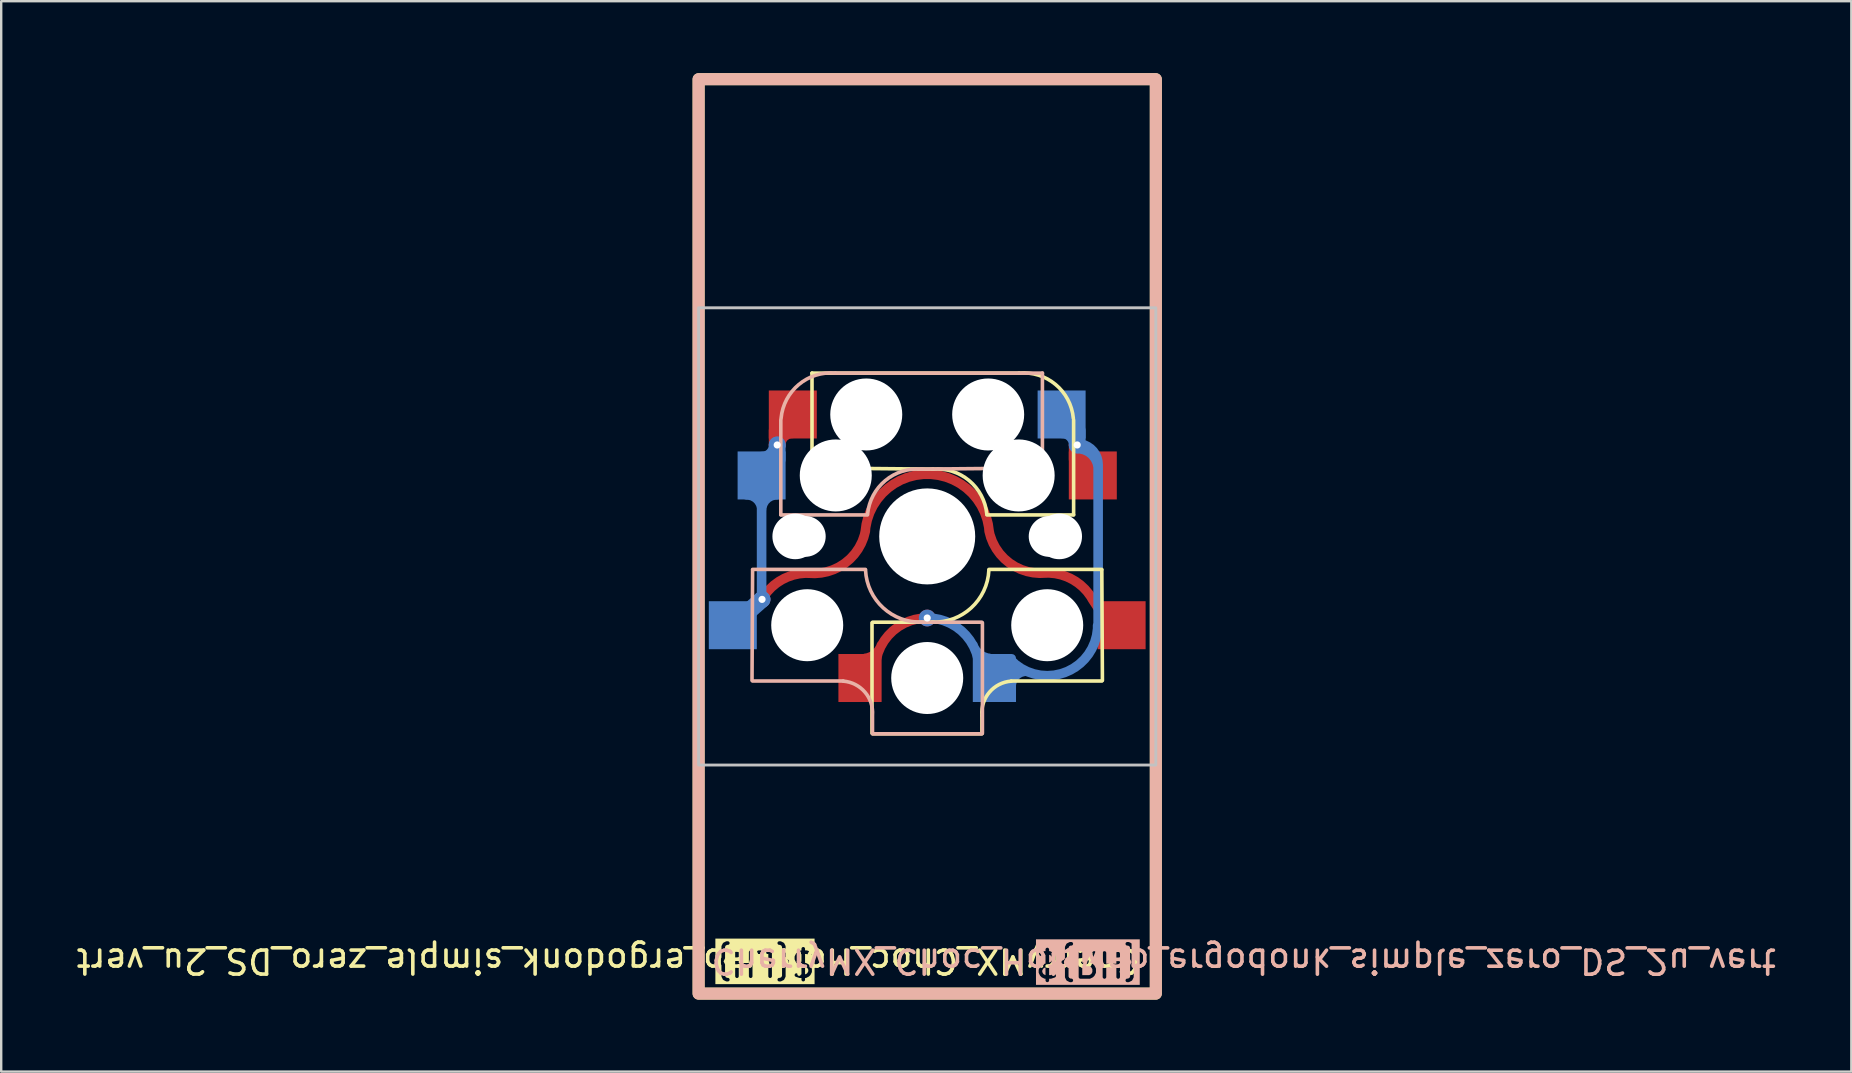
<source format=kicad_pcb>
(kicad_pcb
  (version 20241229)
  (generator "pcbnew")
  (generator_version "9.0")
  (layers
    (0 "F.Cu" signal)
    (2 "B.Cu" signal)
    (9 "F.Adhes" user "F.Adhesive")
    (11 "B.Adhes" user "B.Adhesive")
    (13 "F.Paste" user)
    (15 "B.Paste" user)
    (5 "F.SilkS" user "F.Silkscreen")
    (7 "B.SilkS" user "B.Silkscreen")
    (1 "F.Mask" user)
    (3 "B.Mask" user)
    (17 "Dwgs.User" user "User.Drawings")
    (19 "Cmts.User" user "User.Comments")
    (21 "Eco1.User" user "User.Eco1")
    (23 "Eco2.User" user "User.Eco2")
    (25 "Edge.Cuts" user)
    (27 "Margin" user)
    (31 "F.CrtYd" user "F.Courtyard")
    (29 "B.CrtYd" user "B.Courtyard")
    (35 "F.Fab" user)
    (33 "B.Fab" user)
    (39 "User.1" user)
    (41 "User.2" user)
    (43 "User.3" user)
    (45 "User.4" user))
  (footprint "CherryMX_Choc_Hotswap_ergodonk_simple_zero_DS_2u_vert"
    (layer "F.Cu")
    (at 35.583 19.3)
    (property "Reference" "CherryMX_Choc_Hotswap_ergodonk_simple_zero_DS_2u_vert" (at 9 17.69 180) (unlocked yes) (layer "F.SilkS") (effects (font (size 1 1) (thickness 0.15)) (justify left)))
    (attr smd)
    (fp_line (start -4.8 -6.804) (end 3.825 -6.804) (stroke (width 0.15) (type solid)) (layer "F.SilkS"))
    (fp_line (start -4.8 -2.896) (end -4.8 -6.804) (stroke (width 0.15) (type solid)) (layer "F.SilkS"))
    (fp_line (start -4.8 -2.85) (end 0.25 -2.804) (stroke (width 0.15) (type solid)) (layer "F.SilkS"))
    (fp_line (start -2.3 3.6) (end -2.3 8.2) (stroke (width 0.15) (type solid)) (layer "F.SilkS"))
    (fp_line (start -2.275 3.575) (end 0.275 3.575) (stroke (width 0.15) (type solid)) (layer "F.SilkS"))
    (fp_line (start -2.275 8.225) (end 2.275 8.225) (stroke (width 0.15) (type solid)) (layer "F.SilkS"))
    (fp_line (start 2.28 7.5) (end 2.28 8.2) (stroke (width 0.15) (type solid)) (layer "F.SilkS"))
    (fp_line (start 2.575 1.375) (end 7.275 1.375) (stroke (width 0.15) (type solid)) (layer "F.SilkS"))
    (fp_line (start 3.5 6.025) (end 7.275 6.025) (stroke (width 0.15) (type solid)) (layer "F.SilkS"))
    (fp_line (start 6.1 -4.85) (end 6.1 -0.905) (stroke (width 0.15) (type solid)) (layer "F.SilkS"))
    (fp_line (start 6.1 -0.896) (end 2.49 -0.896) (stroke (width 0.15) (type solid)) (layer "F.SilkS"))
    (fp_line (start 7.275 1.4) (end 7.3 6) (stroke (width 0.15) (type solid)) (layer "F.SilkS"))
    (fp_rect (start 9.525 -19.05) (end -9.525 19.05) (stroke (width 0.5) (type default)) (fill no) (layer "F.SilkS"))
    (fp_arc (start 0.225 -2.8) (mid 1.744361 -2.328061) (end 2.485 -0.92) (stroke (width 0.15) (type solid)) (layer "F.SilkS"))
    (fp_arc (start 2.28 7.45) (mid 2.595908 6.48733) (end 3.5 6.03) (stroke (width 0.15) (type solid)) (layer "F.SilkS"))
    (fp_arc (start 2.57 1.4) (mid 1.834422 2.975843) (end 0.2 3.57) (stroke (width 0.15) (type solid)) (layer "F.SilkS"))
    (fp_arc (start 3.825 -6.804) (mid 5.347189 -6.33089) (end 6.089 -4.92) (stroke (width 0.15) (type solid)) (layer "F.SilkS"))
    (fp_line (start -7.275 1.4) (end -7.3 6) (stroke (width 0.15) (type solid)) (layer "B.SilkS"))
    (fp_line (start -6.1 -4.85) (end -6.1 -0.905) (stroke (width 0.15) (type solid)) (layer "B.SilkS"))
    (fp_line (start -6.1 -0.896) (end -2.49 -0.896) (stroke (width 0.15) (type solid)) (layer "B.SilkS"))
    (fp_line (start -3.5 6.025) (end -7.275 6.025) (stroke (width 0.15) (type solid)) (layer "B.SilkS"))
    (fp_line (start -2.575 1.375) (end -7.275 1.375) (stroke (width 0.15) (type solid)) (layer "B.SilkS"))
    (fp_line (start -2.28 7.5) (end -2.28 8.2) (stroke (width 0.15) (type solid)) (layer "B.SilkS"))
    (fp_line (start 2.275 3.575) (end -0.275 3.575) (stroke (width 0.15) (type solid)) (layer "B.SilkS"))
    (fp_line (start 2.275 8.225) (end -2.275 8.225) (stroke (width 0.15) (type solid)) (layer "B.SilkS"))
    (fp_line (start 2.3 3.6) (end 2.3 8.2) (stroke (width 0.15) (type solid)) (layer "B.SilkS"))
    (fp_line (start 4.8 -6.804) (end -3.825 -6.804) (stroke (width 0.15) (type solid)) (layer "B.SilkS"))
    (fp_line (start 4.8 -2.896) (end 4.8 -6.804) (stroke (width 0.15) (type solid)) (layer "B.SilkS"))
    (fp_line (start 4.8 -2.85) (end -0.25 -2.804) (stroke (width 0.15) (type solid)) (layer "B.SilkS"))
    (fp_rect (start 9.525 -19.05) (end -9.525 19.05) (stroke (width 0.5) (type default)) (fill no) (layer "B.SilkS"))
    (fp_arc (start -6.089 -4.92) (mid -5.347189 -6.33089) (end -3.825 -6.804) (stroke (width 0.15) (type solid)) (layer "B.SilkS"))
    (fp_arc (start -3.5 6.03) (mid -2.595908 6.48733) (end -2.28 7.45) (stroke (width 0.15) (type solid)) (layer "B.SilkS"))
    (fp_arc (start -2.485 -0.92) (mid -1.744361 -2.328061) (end -0.225 -2.8) (stroke (width 0.15) (type solid)) (layer "B.SilkS"))
    (fp_arc (start -0.2 3.57) (mid -1.834422 2.975843) (end -2.57 1.4) (stroke (width 0.15) (type solid)) (layer "B.SilkS"))
    (fp_rect (start 9.525 -9.525) (end -9.525 9.525) (stroke (width 0.12) (type default)) (fill no) (layer "Dwgs.User"))
    (fp_line (start -9 -9) (end 9 -9) (stroke (width 0.15) (type solid)) (layer "Eco2.User"))
    (fp_line (start -9 9) (end -9 -9) (stroke (width 0.15) (type solid)) (layer "Eco2.User"))
    (fp_line (start 9 -9) (end 9 9) (stroke (width 0.15) (type solid)) (layer "Eco2.User"))
    (fp_line (start 9 9) (end -9 9) (stroke (width 0.15) (type solid)) (layer "Eco2.User"))
    (fp_rect (start 7 7) (end -7 -7) (stroke (width 0.12) (type default)) (fill no) (layer "User.4"))
    (fp_text user "${LH}" (at -8.93 17.78 180) (unlocked yes) (layer "F.SilkS" knockout) (effects (font (size 1 1) (thickness 0.15)) (justify right)))
    (fp_text user "${RH}" (at 8.96 17.81 180) (unlocked yes) (layer "B.SilkS" knockout) (effects (font (size 1 1) (thickness 0.15)) (justify right mirror)))
    (fp_text user "${REFERENCE}" (at -9.08 17.11 180) (unlocked yes) (layer "B.SilkS") (effects (font (size 1 1) (thickness 0.15)) (justify left bottom mirror)))
    (pad "" np_thru_hole circle (at -5.5 0 90) (size 1.9 1.9) (drill 1.9) (layers "*.Cu" "*.Mask"))
    (pad "" np_thru_hole circle (at -5.08 0) (size 1.7 1.7) (drill 1.7) (layers "*.Cu" "*.Mask"))
    (pad "" np_thru_hole circle (at -5 3.7 90) (size 3 3) (drill 3) (layers "*.Cu" "*.Mask"))
    (pad "" np_thru_hole circle (at -3.81 -2.54 180) (size 3 3) (drill 3) (layers "*.Cu" "*.Mask"))
    (pad "" np_thru_hole circle (at -2.54 -5.08 180) (size 3 3) (drill 3) (layers "*.Cu" "*.Mask"))
    (pad "" np_thru_hole circle (at 0 0 90) (size 4 4) (drill 4) (layers "*.Cu" "*.Mask"))
    (pad "" np_thru_hole circle (at 0 5.9 90) (size 3 3) (drill 3) (layers "*.Cu" "*.Mask"))
    (pad "" np_thru_hole circle (at 2.54 -5.08 180) (size 3 3) (drill 3) (layers "*.Cu" "*.Mask"))
    (pad "" np_thru_hole circle (at 3.81 -2.54 180) (size 3 3) (drill 3) (layers "*.Cu" "*.Mask"))
    (pad "" np_thru_hole circle (at 5 3.7 270) (size 3 3) (drill 3) (layers "*.Cu" "*.Mask"))
    (pad "" np_thru_hole circle (at 5.08 0) (size 1.7 1.7) (drill 1.7) (layers "*.Cu" "*.Mask"))
    (pad "" np_thru_hole circle (at 5.5 0 90) (size 1.9 1.9) (drill 1.9) (layers "*.Cu" "*.Mask"))
    (pad "5" smd rect (at -2.8 5.9 180) (size 1.8 2) (layers "F.Cu" "F.Mask" "F.Paste"))
    (pad "5" smd custom (at 0 3.4 180) (size 0.5 0.5) (layers "F.Cu") (options (anchor circle)) (primitives (gr_arc (start 2.162317 -2.145078) (mid 1.522907 -0.62724) (end 0 0) (width 0.4)) (gr_arc (start 1.91 -1.130079) (mid 2.168641 -1.50068) (end 2.583232 -1.680555) (width 0.4))))
    (pad "5" thru_hole circle (at 0 3.4) (size 0.7 0.7) (drill 0.3) (layers "*.Cu"))
    (pad "5" smd custom (at 1.523 4.027) (size 0.4 0.4) (layers "B.Cu") (options (anchor circle)) (primitives (gr_arc (start -1.522907 -0.62724) (mid 0 0) (end 0.63941 1.517838) (width 0.4)) (gr_arc (start 1.060325 1.053315) (mid 0.645733 0.873441) (end 0.387091 0.50284) (width 0.4))))
    (pad "5" smd roundrect (at 2.8 5.9 180) (size 1.8 2) (layers "B.Cu" "B.Mask" "B.Paste") (roundrect_rratio 0.1) (chamfer_ratio 0) (chamfer top_left top_right bottom_right))
    (pad "5" smd rect (at 5.6 -5.08 180) (size 2 2) (layers "B.Cu" "B.Mask" "B.Paste"))
    (pad "5" smd custom (at 6.19 -3.21) (size 0.5 0.5) (layers "F.Cu") (options (anchor circle)) (primitives (gr_arc (start 0.69 0.03) (mid 0.244523 -0.154523) (end 0.06 -0.6) (width 0.7)) (gr_line (start 0.06 -0.6) (end 0.06 0) (width 0.7))))
    (pad "5" thru_hole circle (at 6.25 -3.81) (size 0.7 0.7) (drill 0.3) (layers "*.Cu"))
    (pad "5" smd rect (at 6.9 -2.54 180) (size 2 2) (layers "F.Cu" "F.Mask" "F.Paste"))
    (pad "5" smd custom (at 7.122 0.355 180) (size 0.4 0.4) (layers "B.Cu") (options (anchor circle)) (primitives (gr_line (start 0 -3.345) (end 0 3.345) (width 0.4)) (gr_arc (start 0.867257 4.009817) (mid 0.252074 3.755) (end -0.002743 3.139817) (width 0.4)) (gr_arc (start 0.022075 -3.345) (mid 1.282666 -5.26994) (end 3.55102 -4.883867) (width 0.4)) (gr_arc (start 3.622074 -5.895) (mid 3.437552 -5.449521) (end 2.992074 -5.264996) (width 0.4)) (gr_arc (start 1.502074 4.795) (mid 1.056594 4.610479) (end 0.87207 4.165) (width 0.7)) (gr_line (start 0.872 4.165) (end 0.872 4.765) (width 0.7)) (gr_arc (start 0.87 4.215) (mid 0.254817 3.960183) (end 0 3.345) (width 0.4))))
    (pad "6" smd rect (at -8.1 3.7 180) (size 2 2) (layers "B.Cu" "B.Mask" "B.Paste"))
    (pad "6" smd rect (at -6.9 -2.54 180) (size 2 2) (layers "B.Cu" "B.Mask" "B.Paste"))
    (pad "6" smd custom (at -6.9 -0.06) (size 0.4 0.4) (layers "B.Cu") (options (anchor circle)) (primitives (gr_line (start 0 2.48) (end 0 -2.48) (width 0.4)) (gr_line (start 0.018 2.684) (end -1.2 3.76) (width 0.7)) (gr_arc (start -0.624523 -1.67) (mid -0.179046 -1.485477) (end 0.005477 -1.04) (width 0.4)) (gr_arc (start 0.005477 -1.04) (mid 0.19 -1.485478) (end 0.635477 -1.670003) (width 0.4))))
    (pad "6" thru_hole circle (at -6.882 2.624) (size 0.7 0.7) (drill 0.3) (layers "*.Cu"))
    (pad "6" smd custom (at -6.29 -4.35) (size 0.5 0.5) (layers "F.Cu") (options (anchor circle)) (primitives (gr_arc (start 0.04 0.54) (mid 0.224523 0.094523) (end 0.67 -0.09) (width 0.7)) (gr_line (start 0.04 0.54) (end 0.04 -0.06) (width 0.7))))
    (pad "6" smd custom (at -6.29 -3.34) (size 0.5 0.5) (layers "B.Cu") (options (anchor circle)) (primitives (gr_arc (start 0.04 -0.47) (mid -0.144523 -0.024523) (end -0.59 0.16) (width 0.7)) (gr_line (start 0.04 -0.47) (end 0.04 0.13) (width 0.7))))
    (pad "6" thru_hole circle (at -6.25 -3.81) (size 0.7 0.7) (drill 0.3) (layers "*.Cu"))
    (pad "6" smd rect (at -5.6 -5.08 180) (size 2 2) (layers "F.Cu" "F.Mask" "F.Paste"))
    (pad "6" smd custom (at -0.004 -2.589 180) (size 0.4 0.4) (layers "F.Cu") (options (anchor circle)) (primitives (gr_arc (start 2.575781 -2.378529) (mid 0 0) (end -2.583521 -2.37012) (width 0.4)) (gr_arc (start 2.575781 -2.378529) (mid 3.425837 -3.704367) (end 4.944628 -4.121163) (width 0.4)) (gr_arc (start 6.877611 -5.212044) (mid 6.06131 -4.400474) (end 4.944628 -4.12116) (width 0.4)) (gr_arc (start -4.952367 -4.112751) (mid -3.433578 -3.695955) (end -2.58352 -2.37012) (width 0.4)) (gr_arc (start -4.952367 -4.112752) (mid -6.069049 -4.392065) (end -6.88535 -5.203635) (width 0.4)) (gr_line (start -6.885 -5.204) (end -7.514 -6.169) (width 0.4))))
    (pad "6" smd rect (at 8.1 3.7 180) (size 2 2) (layers "F.Cu" "F.Mask" "F.Paste")))
  (gr_rect
    (start -3 -3)
    (end 74.087 41.6)
    (stroke (width 0.1) (type default))
    (fill no)
    (layer "Edge.Cuts")))
</source>
